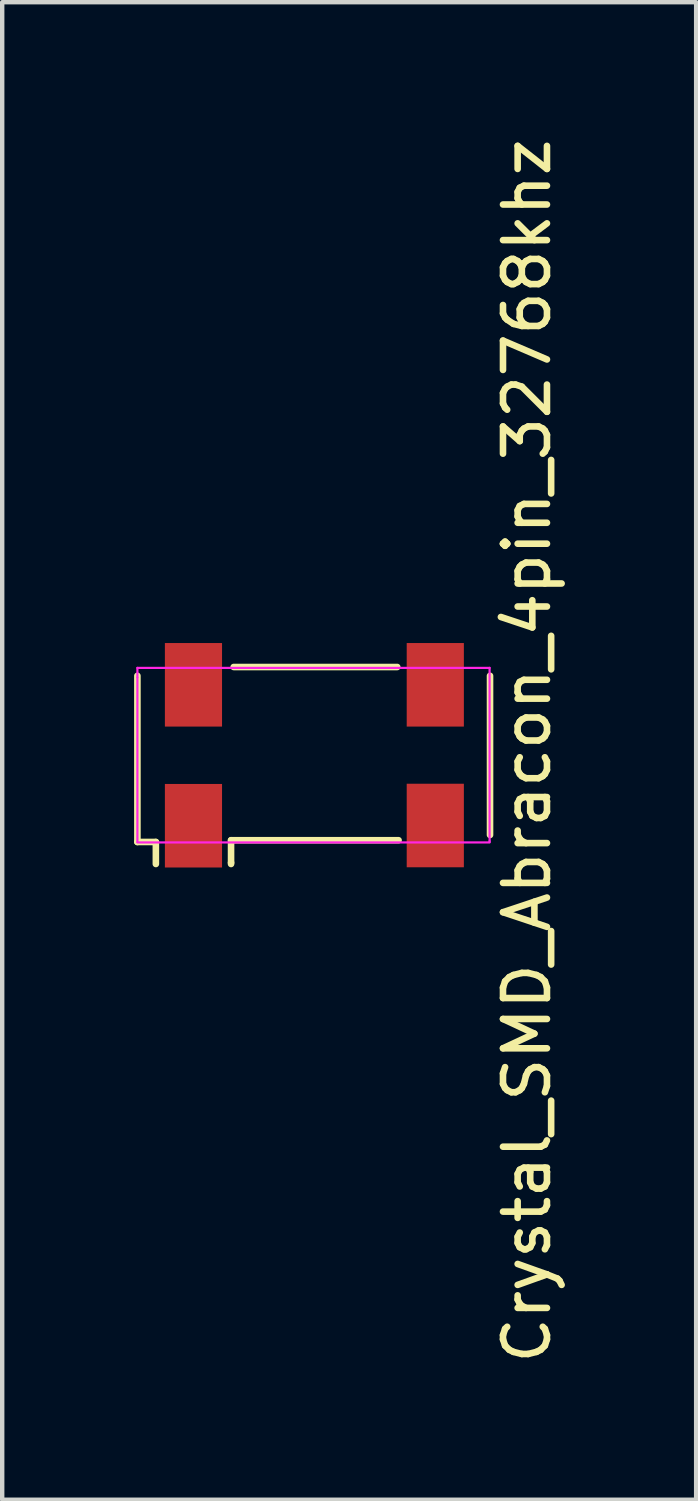
<source format=kicad_pcb>
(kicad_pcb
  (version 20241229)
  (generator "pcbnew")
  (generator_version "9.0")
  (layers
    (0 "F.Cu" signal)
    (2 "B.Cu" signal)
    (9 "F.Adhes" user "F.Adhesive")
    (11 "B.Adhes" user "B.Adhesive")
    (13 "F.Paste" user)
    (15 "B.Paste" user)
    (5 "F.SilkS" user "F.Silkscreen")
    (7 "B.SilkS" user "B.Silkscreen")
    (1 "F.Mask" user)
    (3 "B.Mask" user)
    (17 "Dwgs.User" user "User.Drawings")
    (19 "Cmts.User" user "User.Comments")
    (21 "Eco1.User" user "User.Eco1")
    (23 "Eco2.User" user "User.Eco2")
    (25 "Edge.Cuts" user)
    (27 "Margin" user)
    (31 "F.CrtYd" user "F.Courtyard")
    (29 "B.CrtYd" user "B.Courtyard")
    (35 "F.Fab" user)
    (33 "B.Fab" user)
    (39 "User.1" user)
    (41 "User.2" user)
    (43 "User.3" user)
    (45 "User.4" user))
  (footprint "Crystal_SMD_Abracon_4pin_32768khz"
    (layer "F.Cu")
    (at 4.1 14.12)
    (property "Reference" "Crystal_SMD_Abracon_4pin_32768khz" (at 4.835 -0.09 90) (layer "F.SilkS") (effects (font (size 1 1) (thickness 0.15))))
    (attr smd)
    (fp_line (start -4.025 -1.8) (end -4.025 1.98) (stroke (width 0.15) (type solid)) (layer "F.SilkS"))
    (fp_line (start -4.025 1.98) (end -3.605 1.98) (stroke (width 0.15) (type solid)) (layer "F.SilkS"))
    (fp_line (start -3.605 1.98) (end -3.605 2.48) (stroke (width 0.15) (type solid)) (layer "F.SilkS"))
    (fp_line (start -1.895 1.94) (end -1.895 2.45) (stroke (width 0.15) (type solid)) (layer "F.SilkS"))
    (fp_line (start -1.895 2.45) (end -1.895 2.48) (stroke (width 0.15) (type solid)) (layer "F.SilkS"))
    (fp_line (start -1.835 -2) (end 1.885 -2) (stroke (width 0.15) (type solid)) (layer "F.SilkS"))
    (fp_line (start 1.915 1.94) (end -1.895 1.94) (stroke (width 0.15) (type solid)) (layer "F.SilkS"))
    (fp_line (start 3.995 -1.8) (end 3.995 1.82) (stroke (width 0.15) (type solid)) (layer "F.SilkS"))
    (fp_line (start -4.025 -1.98) (end 3.985 -1.98) (stroke (width 0.05) (type solid)) (layer "F.CrtYd"))
    (fp_line (start -4.025 -1.77) (end -4.025 -1.98) (stroke (width 0.05) (type solid)) (layer "F.CrtYd"))
    (fp_line (start -4.025 1.98) (end -4.025 -1.76) (stroke (width 0.05) (type solid)) (layer "F.CrtYd"))
    (fp_line (start 3.985 -1.98) (end 3.985 1.96) (stroke (width 0.05) (type solid)) (layer "F.CrtYd"))
    (fp_line (start 3.985 1.96) (end 3.985 1.98) (stroke (width 0.05) (type solid)) (layer "F.CrtYd"))
    (fp_line (start 3.985 1.99) (end -4.025 1.99) (stroke (width 0.05) (type solid)) (layer "F.CrtYd"))
    (pad "1" smd rect (at -2.75 1.61) (size 1.3 1.9) (layers "F.Cu" "F.Mask"))
    (pad "2" smd rect (at 2.75 1.605) (size 1.3 1.9) (layers "F.Cu" "F.Mask"))
    (pad "3" smd rect (at 2.75 -1.595) (size 1.3 1.9) (layers "F.Cu" "F.Mask"))
    (pad "4" smd rect (at -2.75 -1.595) (size 1.3 1.9) (layers "F.Cu" "F.Mask")))
  (gr_rect
    (start -3 -3)
    (end 12.783 31.06)
    (stroke (width 0.1) (type default))
    (fill no)
    (layer "Edge.Cuts")))
</source>
